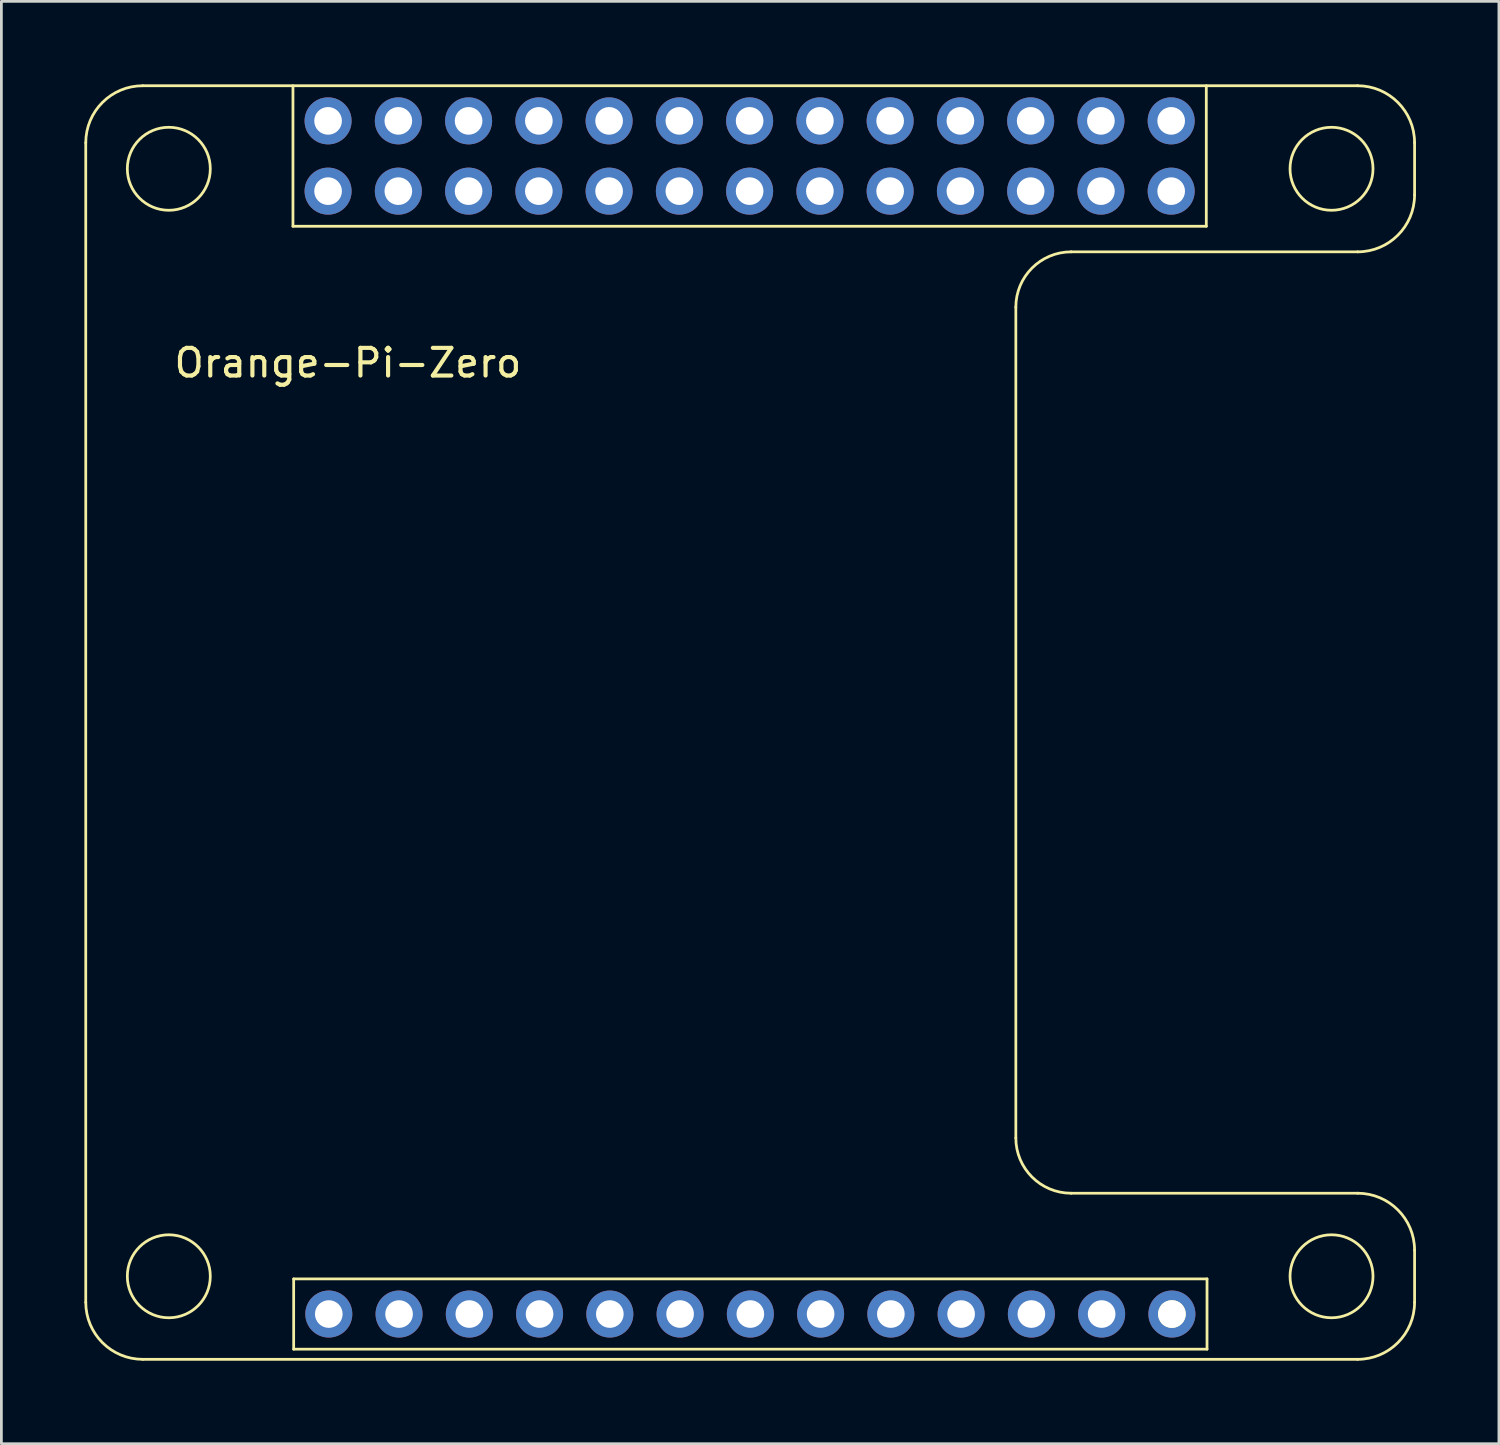
<source format=kicad_pcb>
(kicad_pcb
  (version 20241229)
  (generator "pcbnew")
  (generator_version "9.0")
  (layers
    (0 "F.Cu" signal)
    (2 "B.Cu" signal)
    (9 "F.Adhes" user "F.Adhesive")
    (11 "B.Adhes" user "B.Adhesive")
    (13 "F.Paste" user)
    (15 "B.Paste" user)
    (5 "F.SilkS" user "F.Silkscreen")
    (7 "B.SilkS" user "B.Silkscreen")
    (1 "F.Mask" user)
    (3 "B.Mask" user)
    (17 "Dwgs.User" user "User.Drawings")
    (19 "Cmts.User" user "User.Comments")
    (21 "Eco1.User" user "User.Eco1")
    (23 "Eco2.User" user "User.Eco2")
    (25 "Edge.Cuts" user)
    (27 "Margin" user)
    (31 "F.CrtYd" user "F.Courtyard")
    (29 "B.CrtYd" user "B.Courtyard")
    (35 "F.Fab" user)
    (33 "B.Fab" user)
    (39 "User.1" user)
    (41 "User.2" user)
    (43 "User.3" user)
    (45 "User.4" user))
  (footprint "Orange-Pi-Zero"
    (layer "F.Cu")
    (at 45.088 43.091)
    (property "Reference" "Orange-Pi-Zero" (at -35.56 -33.02 0) (layer "F.SilkS") (effects (font (size 1 1) (thickness 0.15))))
    (attr through_hole)
    (fp_line (start -45.038 0.943) (end -45.038 -40.981) (stroke (width 0.1) (type solid)) (layer "F.SilkS"))
    (fp_line (start -42.978 -43.041) (end 0.943 -43.041) (stroke (width 0.1) (type solid)) (layer "F.SilkS"))
    (fp_line (start -42.978 3.003) (end 0.943 3.003) (stroke (width 0.1) (type solid)) (layer "F.SilkS"))
    (fp_line (start -37.547 -37.961) (end -37.547 -43.041) (stroke (width 0.1) (type solid)) (layer "F.SilkS"))
    (fp_line (start -37.521 0.095) (end -4.501 0.095) (stroke (width 0.1) (type solid)) (layer "F.SilkS"))
    (fp_line (start -37.521 2.635) (end -37.521 0.095) (stroke (width 0.1) (type solid)) (layer "F.SilkS"))
    (fp_line (start -11.413 -5.003) (end -11.413 -35.036) (stroke (width 0.1) (type solid)) (layer "F.SilkS"))
    (fp_line (start -9.413 -37.036) (end 0.943 -37.036) (stroke (width 0.1) (type solid)) (layer "F.SilkS"))
    (fp_line (start -6.091 1.045) (end -5.451 1.045) (stroke (width 0.1) (type solid)) (layer "F.SilkS"))
    (fp_line (start -6.091 1.685) (end -6.091 1.045) (stroke (width 0.1) (type solid)) (layer "F.SilkS"))
    (fp_line (start -4.527 -37.961) (end -37.547 -37.961) (stroke (width 0.1) (type solid)) (layer "F.SilkS"))
    (fp_line (start -4.527 -37.961) (end -4.527 -43.041) (stroke (width 0.1) (type solid)) (layer "F.SilkS"))
    (fp_line (start -4.501 2.635) (end -37.521 2.635) (stroke (width 0.1) (type solid)) (layer "F.SilkS"))
    (fp_line (start -4.501 2.635) (end -4.501 0.095) (stroke (width 0.1) (type solid)) (layer "F.SilkS"))
    (fp_line (start 0.943 -3.003) (end -9.413 -3.003) (stroke (width 0.1) (type solid)) (layer "F.SilkS"))
    (fp_line (start 3.003 -39.096) (end 3.003 -40.981) (stroke (width 0.1) (type solid)) (layer "F.SilkS"))
    (fp_line (start 3.003 0.943) (end 3.003 -0.943) (stroke (width 0.1) (type solid)) (layer "F.SilkS"))
    (fp_arc (start -45.037543 -40.981379) (mid -44.434249 -42.437859) (end -42.977769 -43.041153) (stroke (width 0.1) (type solid)) (layer "F.SilkS"))
    (fp_arc (start -42.977769 3.002571) (mid -44.43425 2.399277) (end -45.037544 0.942796) (stroke (width 0.1) (type solid)) (layer "F.SilkS"))
    (fp_arc (start -11.413229 -35.036013) (mid -10.827443 -36.450227) (end -9.413229 -37.036013) (stroke (width 0.1) (type solid)) (layer "F.SilkS"))
    (fp_arc (start -9.413229 -3.00257) (mid -10.827443 -3.588356) (end -11.413229 -5.00257) (stroke (width 0.1) (type solid)) (layer "F.SilkS"))
    (fp_arc (start 0.942795 -43.041154) (mid 2.399276 -42.43786) (end 3.00257 -40.981379) (stroke (width 0.1) (type solid)) (layer "F.SilkS"))
    (fp_arc (start 0.942795 -3.00257) (mid 2.399275 -2.399276) (end 3.002569 -0.942796) (stroke (width 0.1) (type solid)) (layer "F.SilkS"))
    (fp_arc (start 3.00257 -39.095788) (mid 2.399276 -37.639307) (end 0.942795 -37.036013) (stroke (width 0.1) (type solid)) (layer "F.SilkS"))
    (fp_arc (start 3.00257 0.942796) (mid 2.399276 2.399277) (end 0.942795 3.002571) (stroke (width 0.1) (type solid)) (layer "F.SilkS"))
    (fp_circle (center -42.035 -40.039) (end -40.535 -40.039) (stroke (width 0.1) (type solid)) (fill no) (layer "F.SilkS"))
    (fp_circle (center -42.035 0) (end -40.535 0) (stroke (width 0.1) (type solid)) (fill no) (layer "F.SilkS"))
    (fp_circle (center -5.771 1.365) (end -5.319 1.365) (stroke (width 0.1) (type solid)) (fill no) (layer "F.SilkS"))
    (fp_circle (center 0 -40.039) (end 1.5 -40.039) (stroke (width 0.1) (type solid)) (fill no) (layer "F.SilkS"))
    (fp_circle (center 0 0) (end 1.5 0) (stroke (width 0.1) (type solid)) (fill no) (layer "F.SilkS"))
    (pad "1" thru_hole circle (at -36.277 -41.771) (size 1.7 1.7) (drill 1) (layers "*.Cu" "*.Mask"))
    (pad "2" thru_hole circle (at -36.277 -39.231) (size 1.7 1.7) (drill 1) (layers "*.Cu" "*.Mask"))
    (pad "3" thru_hole circle (at -33.737 -41.771) (size 1.7 1.7) (drill 1) (layers "*.Cu" "*.Mask"))
    (pad "4" thru_hole circle (at -33.737 -39.231) (size 1.7 1.7) (drill 1) (layers "*.Cu" "*.Mask"))
    (pad "5" thru_hole circle (at -31.197 -41.771) (size 1.7 1.7) (drill 1) (layers "*.Cu" "*.Mask"))
    (pad "6" thru_hole circle (at -31.197 -39.231) (size 1.7 1.7) (drill 1) (layers "*.Cu" "*.Mask"))
    (pad "7" thru_hole circle (at -28.657 -41.771) (size 1.7 1.7) (drill 1) (layers "*.Cu" "*.Mask"))
    (pad "8" thru_hole circle (at -28.657 -39.231) (size 1.7 1.7) (drill 1) (layers "*.Cu" "*.Mask"))
    (pad "9" thru_hole circle (at -26.117 -41.771) (size 1.7 1.7) (drill 1) (layers "*.Cu" "*.Mask"))
    (pad "10" thru_hole circle (at -26.117 -39.231) (size 1.7 1.7) (drill 1) (layers "*.Cu" "*.Mask"))
    (pad "11" thru_hole circle (at -23.577 -41.771) (size 1.7 1.7) (drill 1) (layers "*.Cu" "*.Mask"))
    (pad "12" thru_hole circle (at -23.577 -39.231) (size 1.7 1.7) (drill 1) (layers "*.Cu" "*.Mask"))
    (pad "13" thru_hole circle (at -21.037 -41.771) (size 1.7 1.7) (drill 1) (layers "*.Cu" "*.Mask"))
    (pad "14" thru_hole circle (at -21.037 -39.231) (size 1.7 1.7) (drill 1) (layers "*.Cu" "*.Mask"))
    (pad "15" thru_hole circle (at -18.497 -41.771) (size 1.7 1.7) (drill 1) (layers "*.Cu" "*.Mask"))
    (pad "16" thru_hole circle (at -18.497 -39.231) (size 1.7 1.7) (drill 1) (layers "*.Cu" "*.Mask"))
    (pad "17" thru_hole circle (at -15.957 -41.771) (size 1.7 1.7) (drill 1) (layers "*.Cu" "*.Mask"))
    (pad "18" thru_hole circle (at -15.957 -39.231) (size 1.7 1.7) (drill 1) (layers "*.Cu" "*.Mask"))
    (pad "19" thru_hole circle (at -13.417 -41.771) (size 1.7 1.7) (drill 1) (layers "*.Cu" "*.Mask"))
    (pad "20" thru_hole circle (at -13.417 -39.231) (size 1.7 1.7) (drill 1) (layers "*.Cu" "*.Mask"))
    (pad "21" thru_hole circle (at -10.877 -41.771) (size 1.7 1.7) (drill 1) (layers "*.Cu" "*.Mask"))
    (pad "22" thru_hole circle (at -10.877 -39.231) (size 1.7 1.7) (drill 1) (layers "*.Cu" "*.Mask"))
    (pad "23" thru_hole circle (at -8.337 -41.771) (size 1.7 1.7) (drill 1) (layers "*.Cu" "*.Mask"))
    (pad "24" thru_hole circle (at -8.337 -39.231) (size 1.7 1.7) (drill 1) (layers "*.Cu" "*.Mask"))
    (pad "25" thru_hole circle (at -5.797 -41.771) (size 1.7 1.7) (drill 1) (layers "*.Cu" "*.Mask"))
    (pad "26" thru_hole circle (at -5.797 -39.231) (size 1.7 1.7) (drill 1) (layers "*.Cu" "*.Mask"))
    (pad "27" thru_hole circle (at -5.771 1.365) (size 1.7 1.7) (drill 1) (layers "*.Cu" "*.Mask"))
    (pad "28" thru_hole circle (at -8.311 1.365) (size 1.7 1.7) (drill 1) (layers "*.Cu" "*.Mask"))
    (pad "29" thru_hole circle (at -10.851 1.365) (size 1.7 1.7) (drill 1) (layers "*.Cu" "*.Mask"))
    (pad "30" thru_hole circle (at -13.391 1.365) (size 1.7 1.7) (drill 1) (layers "*.Cu" "*.Mask"))
    (pad "31" thru_hole circle (at -15.931 1.365) (size 1.7 1.7) (drill 1) (layers "*.Cu" "*.Mask"))
    (pad "32" thru_hole circle (at -18.471 1.365) (size 1.7 1.7) (drill 1) (layers "*.Cu" "*.Mask"))
    (pad "33" thru_hole circle (at -21.011 1.365) (size 1.7 1.7) (drill 1) (layers "*.Cu" "*.Mask"))
    (pad "34" thru_hole circle (at -23.551 1.365) (size 1.7 1.7) (drill 1) (layers "*.Cu" "*.Mask"))
    (pad "35" thru_hole circle (at -26.091 1.365) (size 1.7 1.7) (drill 1) (layers "*.Cu" "*.Mask"))
    (pad "36" thru_hole circle (at -28.631 1.365) (size 1.7 1.7) (drill 1) (layers "*.Cu" "*.Mask"))
    (pad "37" thru_hole circle (at -31.171 1.365) (size 1.7 1.7) (drill 1) (layers "*.Cu" "*.Mask"))
    (pad "38" thru_hole circle (at -33.711 1.365) (size 1.7 1.7) (drill 1) (layers "*.Cu" "*.Mask"))
    (pad "39" thru_hole circle (at -36.251 1.365) (size 1.7 1.7) (drill 1) (layers "*.Cu" "*.Mask")))
  (gr_rect
    (start -3 -3)
    (end 51.14 49.144)
    (stroke (width 0.1) (type default))
    (fill no)
    (layer "Edge.Cuts")))
</source>
